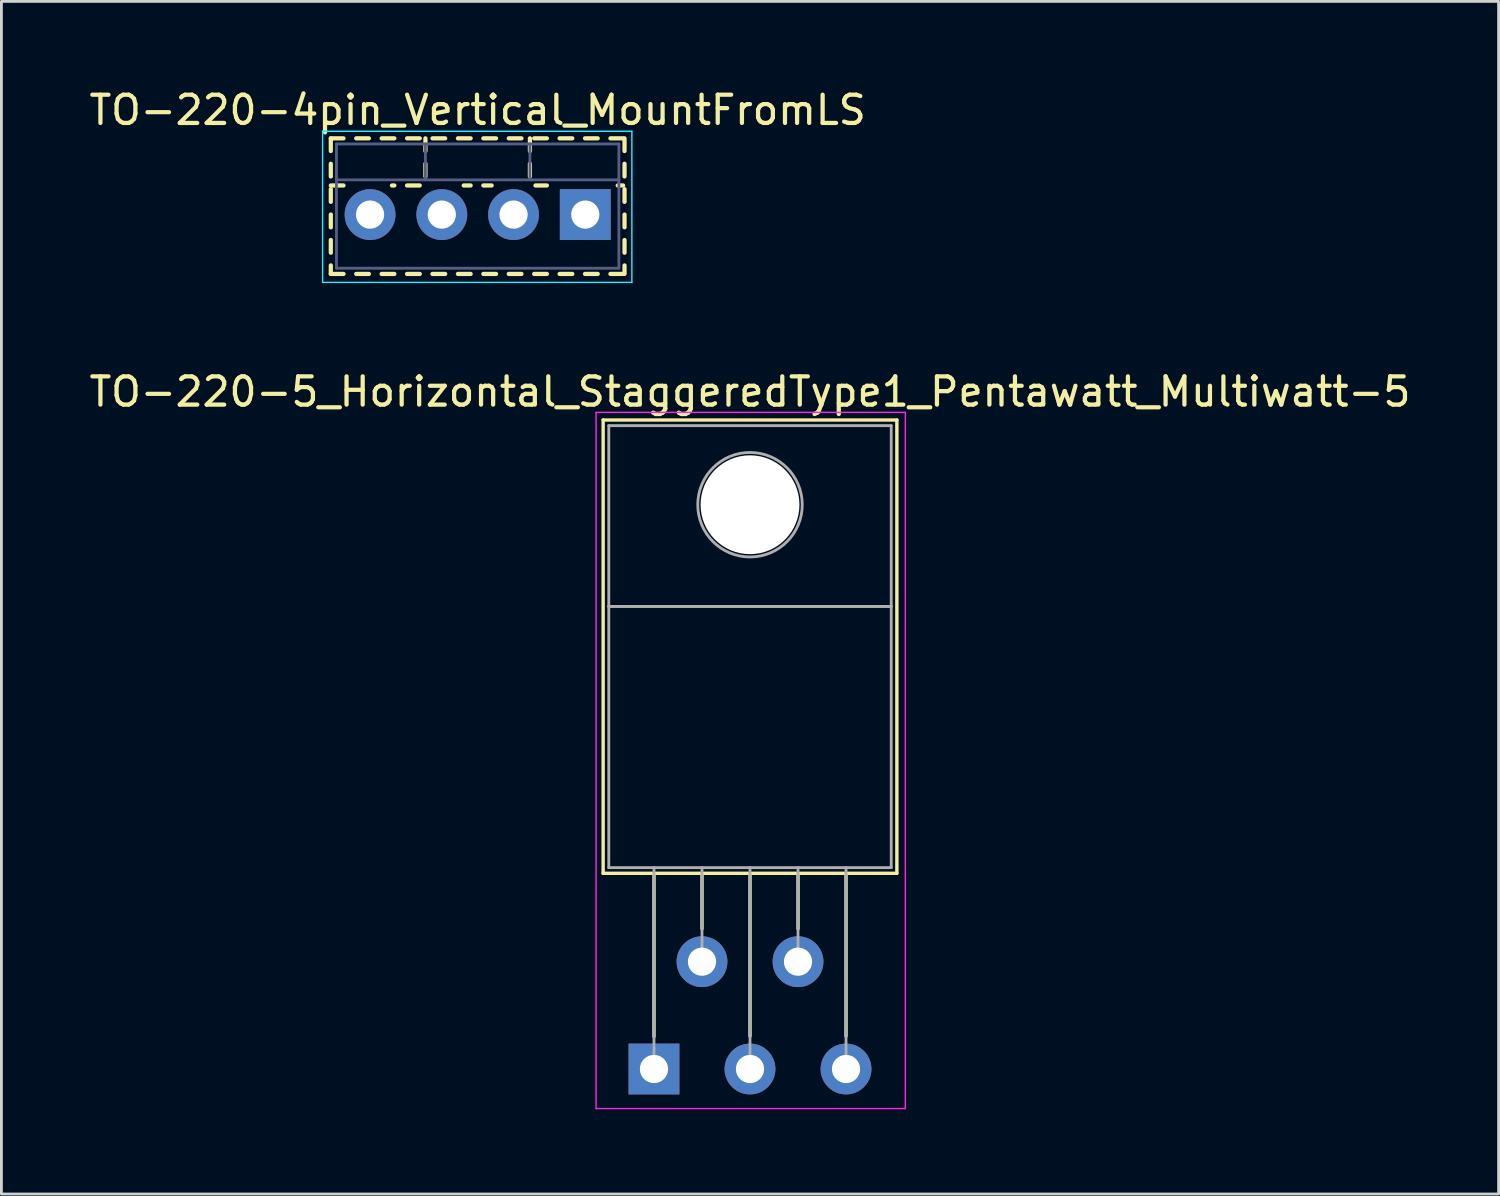
<source format=kicad_pcb>
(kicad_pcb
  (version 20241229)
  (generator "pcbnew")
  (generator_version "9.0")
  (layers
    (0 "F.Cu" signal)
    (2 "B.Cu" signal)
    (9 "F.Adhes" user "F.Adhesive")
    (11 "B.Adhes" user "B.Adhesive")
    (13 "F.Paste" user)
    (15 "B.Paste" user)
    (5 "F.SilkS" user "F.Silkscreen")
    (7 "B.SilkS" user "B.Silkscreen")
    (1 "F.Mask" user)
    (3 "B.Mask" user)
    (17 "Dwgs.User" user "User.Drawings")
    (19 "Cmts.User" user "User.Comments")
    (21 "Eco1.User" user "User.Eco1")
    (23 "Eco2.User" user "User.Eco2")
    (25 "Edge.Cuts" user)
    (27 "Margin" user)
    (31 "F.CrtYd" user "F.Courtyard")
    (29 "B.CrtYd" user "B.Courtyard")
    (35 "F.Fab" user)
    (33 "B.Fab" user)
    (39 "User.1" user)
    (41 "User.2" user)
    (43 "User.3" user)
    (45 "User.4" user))
  (footprint "TO-220-5_Horizontal_StaggeredType1_Pentawatt_Multiwatt-5"
    (layer "F.Cu")
    (at 20.106 34.801)
    (property "Reference" "TO-220-5_Horizontal_StaggeredType1_Pentawatt_Multiwatt-5" (at 3.4 -23.98 0) (layer "F.SilkS") (effects (font (size 1 1) (thickness 0.15))))
    (attr through_hole)
    (fp_line (start -1.8 -22.98) (end -1.8 -6.93) (stroke (width 0.12) (type solid)) (layer "F.SilkS"))
    (fp_line (start -1.8 -22.98) (end 8.6 -22.98) (stroke (width 0.12) (type solid)) (layer "F.SilkS"))
    (fp_line (start -1.8 -6.93) (end 8.6 -6.93) (stroke (width 0.12) (type solid)) (layer "F.SilkS"))
    (fp_line (start 0 -6.93) (end 0 -1.15) (stroke (width 0.12) (type solid)) (layer "F.SilkS"))
    (fp_line (start 1.7 -6.93) (end 1.7 -4.965) (stroke (width 0.12) (type solid)) (layer "F.SilkS"))
    (fp_line (start 3.4 -6.93) (end 3.4 -1.165) (stroke (width 0.12) (type solid)) (layer "F.SilkS"))
    (fp_line (start 5.1 -6.93) (end 5.1 -4.965) (stroke (width 0.12) (type solid)) (layer "F.SilkS"))
    (fp_line (start 6.8 -6.93) (end 6.8 -1.165) (stroke (width 0.12) (type solid)) (layer "F.SilkS"))
    (fp_line (start 8.6 -22.98) (end 8.6 -6.93) (stroke (width 0.12) (type solid)) (layer "F.SilkS"))
    (fp_line (start -2.05 -23.25) (end -2.05 1.4) (stroke (width 0.05) (type solid)) (layer "F.CrtYd"))
    (fp_line (start -2.05 1.4) (end 8.9 1.4) (stroke (width 0.05) (type solid)) (layer "F.CrtYd"))
    (fp_line (start 8.9 -23.25) (end -2.05 -23.25) (stroke (width 0.05) (type solid)) (layer "F.CrtYd"))
    (fp_line (start 8.9 1.4) (end 8.9 -23.25) (stroke (width 0.05) (type solid)) (layer "F.CrtYd"))
    (fp_line (start -1.6 -22.78) (end 8.4 -22.78) (stroke (width 0.1) (type solid)) (layer "F.Fab"))
    (fp_line (start -1.6 -16.38) (end -1.6 -22.78) (stroke (width 0.1) (type solid)) (layer "F.Fab"))
    (fp_line (start -1.6 -16.38) (end 8.4 -16.38) (stroke (width 0.1) (type solid)) (layer "F.Fab"))
    (fp_line (start -1.6 -7.13) (end -1.6 -16.38) (stroke (width 0.1) (type solid)) (layer "F.Fab"))
    (fp_line (start 0 -7.13) (end 0 0) (stroke (width 0.1) (type solid)) (layer "F.Fab"))
    (fp_line (start 1.7 -7.13) (end 1.7 -3.8) (stroke (width 0.1) (type solid)) (layer "F.Fab"))
    (fp_line (start 3.4 -7.13) (end 3.4 0) (stroke (width 0.1) (type solid)) (layer "F.Fab"))
    (fp_line (start 5.1 -7.13) (end 5.1 -3.8) (stroke (width 0.1) (type solid)) (layer "F.Fab"))
    (fp_line (start 6.8 -7.13) (end 6.8 0) (stroke (width 0.1) (type solid)) (layer "F.Fab"))
    (fp_line (start 8.4 -22.78) (end 8.4 -16.38) (stroke (width 0.1) (type solid)) (layer "F.Fab"))
    (fp_line (start 8.4 -16.38) (end -1.6 -16.38) (stroke (width 0.1) (type solid)) (layer "F.Fab"))
    (fp_line (start 8.4 -16.38) (end 8.4 -7.13) (stroke (width 0.1) (type solid)) (layer "F.Fab"))
    (fp_line (start 8.4 -7.13) (end -1.6 -7.13) (stroke (width 0.1) (type solid)) (layer "F.Fab"))
    (fp_circle (center 3.4 -19.98) (end 5.25 -19.98) (stroke (width 0.1) (type solid)) (fill no) (layer "F.Fab"))
    (pad "" np_thru_hole oval (at 3.4 -19.98) (size 3.5 3.5) (drill 3.5) (layers "*.Cu" "*.Mask"))
    (pad "1" thru_hole rect (at 0 0) (size 1.8 1.8) (drill 1) (layers "*.Cu" "*.Mask"))
    (pad "2" thru_hole oval (at 1.7 -3.8) (size 1.8 1.8) (drill 1) (layers "*.Cu" "*.Mask"))
    (pad "3" thru_hole oval (at 3.4 0) (size 1.8 1.8) (drill 1) (layers "*.Cu" "*.Mask"))
    (pad "4" thru_hole oval (at 5.1 -3.8) (size 1.8 1.8) (drill 1) (layers "*.Cu" "*.Mask"))
    (pad "5" thru_hole oval (at 6.8 0) (size 1.8 1.8) (drill 1) (layers "*.Cu" "*.Mask")))
  (footprint "TO-220-4pin_Vertical_MountFromLS"
    (layer "F.Cu")
    (at 17.673 4.548)
    (property "Reference" "TO-220-4pin_Vertical_MountFromLS" (at -3.81 -3.7 0) (layer "F.SilkS") (effects (font (size 1 1) (thickness 0.15))))
    (attr through_hole)
    (fp_line (start -9.01 -2.7) (end -9.01 -2.25) (stroke (width 0.15) (type solid)) (layer "F.SilkS"))
    (fp_line (start -9.01 -2.7) (end -8.56 -2.7) (stroke (width 0.15) (type solid)) (layer "F.SilkS"))
    (fp_line (start -9.01 -1.8) (end -9.01 -1.35) (stroke (width 0.15) (type solid)) (layer "F.SilkS"))
    (fp_line (start -9.01 -1.031) (end -8.56 -1.031) (stroke (width 0.15) (type solid)) (layer "F.SilkS"))
    (fp_line (start -9.01 -0.901) (end -9.01 -0.451) (stroke (width 0.15) (type solid)) (layer "F.SilkS"))
    (fp_line (start -9.01 -0.001) (end -9.01 0.45) (stroke (width 0.15) (type solid)) (layer "F.SilkS"))
    (fp_line (start -9.01 0.9) (end -9.01 1.35) (stroke (width 0.15) (type solid)) (layer "F.SilkS"))
    (fp_line (start -9.01 1.8) (end -9.01 2.101) (stroke (width 0.15) (type solid)) (layer "F.SilkS"))
    (fp_line (start -9.01 2.101) (end -8.56 2.101) (stroke (width 0.15) (type solid)) (layer "F.SilkS"))
    (fp_line (start -8.11 -2.7) (end -7.661 -2.7) (stroke (width 0.15) (type solid)) (layer "F.SilkS"))
    (fp_line (start -8.11 2.101) (end -7.661 2.101) (stroke (width 0.15) (type solid)) (layer "F.SilkS"))
    (fp_line (start -7.21 -2.7) (end -6.76 -2.7) (stroke (width 0.15) (type solid)) (layer "F.SilkS"))
    (fp_line (start -7.21 2.101) (end -6.76 2.101) (stroke (width 0.15) (type solid)) (layer "F.SilkS"))
    (fp_line (start -6.844 -1.031) (end -6.76 -1.031) (stroke (width 0.15) (type solid)) (layer "F.SilkS"))
    (fp_line (start -6.31 -2.7) (end -5.86 -2.7) (stroke (width 0.15) (type solid)) (layer "F.SilkS"))
    (fp_line (start -6.31 -1.031) (end -5.86 -1.031) (stroke (width 0.15) (type solid)) (layer "F.SilkS"))
    (fp_line (start -6.31 2.101) (end -5.86 2.101) (stroke (width 0.15) (type solid)) (layer "F.SilkS"))
    (fp_line (start -5.66 -2.7) (end -5.66 -2.25) (stroke (width 0.15) (type solid)) (layer "F.SilkS"))
    (fp_line (start -5.66 -1.8) (end -5.66 -1.35) (stroke (width 0.15) (type solid)) (layer "F.SilkS"))
    (fp_line (start -5.41 -2.7) (end -4.96 -2.7) (stroke (width 0.15) (type solid)) (layer "F.SilkS"))
    (fp_line (start -5.41 2.101) (end -4.96 2.101) (stroke (width 0.15) (type solid)) (layer "F.SilkS"))
    (fp_line (start -4.509 -2.7) (end -4.059 -2.7) (stroke (width 0.15) (type solid)) (layer "F.SilkS"))
    (fp_line (start -4.509 2.101) (end -4.059 2.101) (stroke (width 0.15) (type solid)) (layer "F.SilkS"))
    (fp_line (start -4.304 -1.031) (end -4.059 -1.031) (stroke (width 0.15) (type solid)) (layer "F.SilkS"))
    (fp_line (start -3.609 -2.7) (end -3.159 -2.7) (stroke (width 0.15) (type solid)) (layer "F.SilkS"))
    (fp_line (start -3.609 -1.031) (end -3.315 -1.031) (stroke (width 0.15) (type solid)) (layer "F.SilkS"))
    (fp_line (start -3.609 2.101) (end -3.159 2.101) (stroke (width 0.15) (type solid)) (layer "F.SilkS"))
    (fp_line (start -2.709 -2.7) (end -2.259 -2.7) (stroke (width 0.15) (type solid)) (layer "F.SilkS"))
    (fp_line (start -2.709 2.101) (end -2.259 2.101) (stroke (width 0.15) (type solid)) (layer "F.SilkS"))
    (fp_line (start -1.96 -2.7) (end -1.96 -2.25) (stroke (width 0.15) (type solid)) (layer "F.SilkS"))
    (fp_line (start -1.96 -1.8) (end -1.96 -1.35) (stroke (width 0.15) (type solid)) (layer "F.SilkS"))
    (fp_line (start -1.809 -2.7) (end -1.359 -2.7) (stroke (width 0.15) (type solid)) (layer "F.SilkS"))
    (fp_line (start -1.809 2.101) (end -1.359 2.101) (stroke (width 0.15) (type solid)) (layer "F.SilkS"))
    (fp_line (start -1.764 -1.031) (end -1.359 -1.031) (stroke (width 0.15) (type solid)) (layer "F.SilkS"))
    (fp_line (start -0.909 -2.7) (end -0.459 -2.7) (stroke (width 0.15) (type solid)) (layer "F.SilkS"))
    (fp_line (start -0.909 2.101) (end -0.459 2.101) (stroke (width 0.15) (type solid)) (layer "F.SilkS"))
    (fp_line (start -0.009 -2.7) (end 0.441 -2.7) (stroke (width 0.15) (type solid)) (layer "F.SilkS"))
    (fp_line (start -0.009 2.101) (end 0.441 2.101) (stroke (width 0.15) (type solid)) (layer "F.SilkS"))
    (fp_line (start 0.891 -2.7) (end 1.34 -2.7) (stroke (width 0.15) (type solid)) (layer "F.SilkS"))
    (fp_line (start 0.891 2.101) (end 1.34 2.101) (stroke (width 0.15) (type solid)) (layer "F.SilkS"))
    (fp_line (start 1.15 -1.031) (end 1.34 -1.031) (stroke (width 0.15) (type solid)) (layer "F.SilkS"))
    (fp_line (start 1.39 -2.7) (end 1.39 -2.25) (stroke (width 0.15) (type solid)) (layer "F.SilkS"))
    (fp_line (start 1.39 -1.8) (end 1.39 -1.35) (stroke (width 0.15) (type solid)) (layer "F.SilkS"))
    (fp_line (start 1.39 -0.901) (end 1.39 -0.451) (stroke (width 0.15) (type solid)) (layer "F.SilkS"))
    (fp_line (start 1.39 -0.001) (end 1.39 0.45) (stroke (width 0.15) (type solid)) (layer "F.SilkS"))
    (fp_line (start 1.39 0.9) (end 1.39 1.35) (stroke (width 0.15) (type solid)) (layer "F.SilkS"))
    (fp_line (start 1.39 1.8) (end 1.39 2.101) (stroke (width 0.15) (type solid)) (layer "F.SilkS"))
    (fp_line (start -9.3 -2.95) (end -9.3 2.4) (stroke (width 0.05) (type solid)) (layer "B.CrtYd"))
    (fp_line (start -9.3 2.4) (end 1.65 2.4) (stroke (width 0.05) (type solid)) (layer "B.CrtYd"))
    (fp_line (start 1.65 -2.95) (end -9.3 -2.95) (stroke (width 0.05) (type solid)) (layer "B.CrtYd"))
    (fp_line (start 1.65 2.4) (end 1.65 -2.95) (stroke (width 0.05) (type solid)) (layer "B.CrtYd"))
    (fp_line (start -8.81 -2.5) (end -8.81 1.9) (stroke (width 0.1) (type solid)) (layer "B.Fab"))
    (fp_line (start -8.81 -1.23) (end 1.19 -1.23) (stroke (width 0.1) (type solid)) (layer "B.Fab"))
    (fp_line (start -8.81 1.9) (end 1.19 1.9) (stroke (width 0.1) (type solid)) (layer "B.Fab"))
    (fp_line (start -5.66 -2.5) (end -5.66 -1.23) (stroke (width 0.1) (type solid)) (layer "B.Fab"))
    (fp_line (start -1.96 -2.5) (end -1.96 -1.23) (stroke (width 0.1) (type solid)) (layer "B.Fab"))
    (fp_line (start 1.19 -2.5) (end -8.81 -2.5) (stroke (width 0.1) (type solid)) (layer "B.Fab"))
    (fp_line (start 1.19 1.9) (end 1.19 -2.5) (stroke (width 0.1) (type solid)) (layer "B.Fab"))
    (pad "1" thru_hole rect (at 0 0) (size 1.8 1.8) (drill 1) (layers "*.Cu" "*.Mask"))
    (pad "2" thru_hole oval (at -2.54 0) (size 1.8 1.8) (drill 1) (layers "*.Cu" "*.Mask"))
    (pad "3" thru_hole oval (at -5.08 0) (size 1.8 1.8) (drill 1) (layers "*.Cu" "*.Mask"))
    (pad "4" thru_hole oval (at -7.62 0) (size 1.8 1.8) (drill 1) (layers "*.Cu" "*.Mask")))
  (gr_rect
    (start -3 -3)
    (end 50.012 39.227)
    (stroke (width 0.1) (type default))
    (fill no)
    (layer "Edge.Cuts")))
</source>
